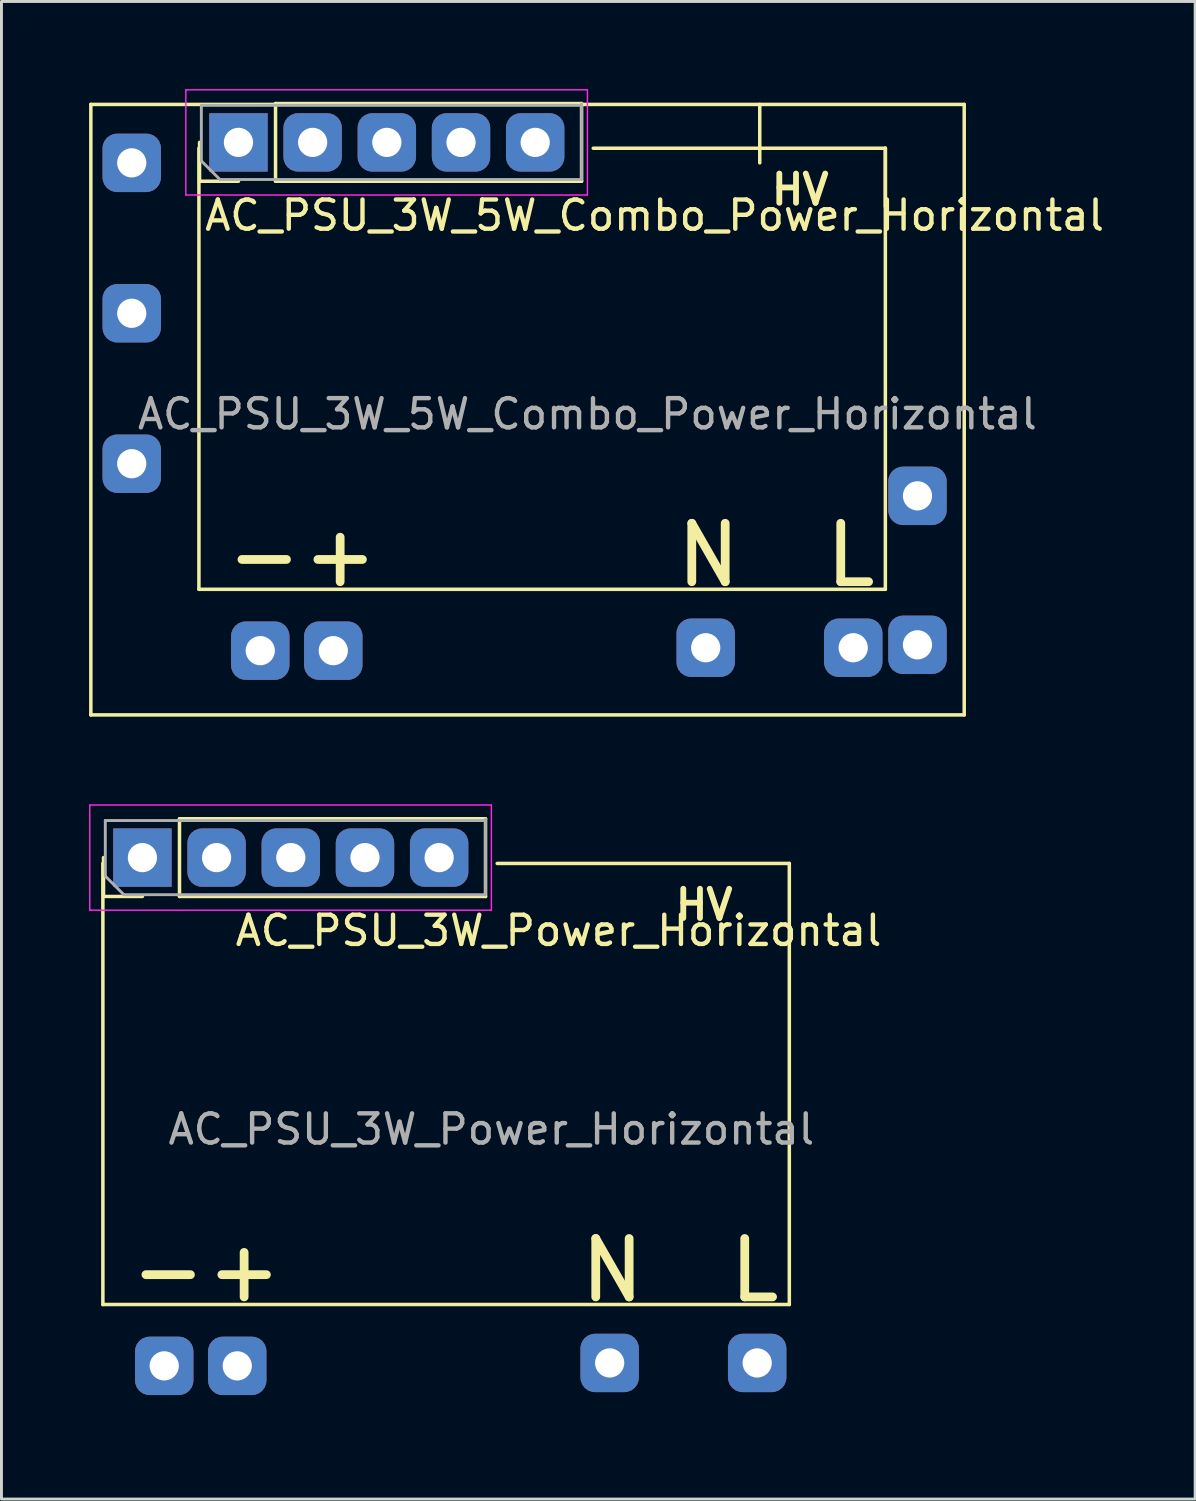
<source format=kicad_pcb>
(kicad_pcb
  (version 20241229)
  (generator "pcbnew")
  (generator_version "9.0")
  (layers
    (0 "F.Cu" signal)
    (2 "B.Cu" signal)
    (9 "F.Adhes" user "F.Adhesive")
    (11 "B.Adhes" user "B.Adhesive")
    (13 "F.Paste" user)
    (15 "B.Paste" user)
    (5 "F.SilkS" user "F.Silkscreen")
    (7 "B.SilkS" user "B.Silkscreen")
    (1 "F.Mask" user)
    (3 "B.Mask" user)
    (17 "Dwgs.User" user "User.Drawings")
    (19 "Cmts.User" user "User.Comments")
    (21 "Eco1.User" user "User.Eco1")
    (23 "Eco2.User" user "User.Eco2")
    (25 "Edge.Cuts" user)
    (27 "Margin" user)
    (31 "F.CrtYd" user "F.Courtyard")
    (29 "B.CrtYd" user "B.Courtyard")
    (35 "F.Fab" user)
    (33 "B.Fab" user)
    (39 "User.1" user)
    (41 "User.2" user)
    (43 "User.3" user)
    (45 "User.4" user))
  (footprint "AC_PSU_3W_Power_Horizontal"
    (layer "F.Cu")
    (at 0.472 41.61)
    (property "Reference" "AC_PSU_3W_Power_Horizontal" (at 15.6 -12.8 0) (unlocked yes) (layer "F.SilkS") (effects (font (size 1 1) (thickness 0.15))))
    (attr through_hole)
    (fp_line (start 0 0) (end 0 -15.1) (stroke (width 0.12) (type default)) (layer "F.SilkS"))
    (fp_line (start 0.022 -13.97) (end 0.022 -15.3) (stroke (width 0.12) (type solid)) (layer "F.SilkS"))
    (fp_line (start 1.353 -13.97) (end 0.022 -13.97) (stroke (width 0.12) (type solid)) (layer "F.SilkS"))
    (fp_line (start 2.623 -16.63) (end 13.1 -16.63) (stroke (width 0.12) (type solid)) (layer "F.SilkS"))
    (fp_line (start 2.623 -13.97) (end 2.623 -16.63) (stroke (width 0.12) (type solid)) (layer "F.SilkS"))
    (fp_line (start 2.623 -13.97) (end 13.1 -13.97) (stroke (width 0.12) (type solid)) (layer "F.SilkS"))
    (fp_line (start 13.1 -13.97) (end 13.1 -16.63) (stroke (width 0.12) (type solid)) (layer "F.SilkS"))
    (fp_line (start 13.5 -15.1) (end 23.5 -15.1) (stroke (width 0.12) (type default)) (layer "F.SilkS"))
    (fp_line (start 23.5 -15.1) (end 23.5 0) (stroke (width 0.12) (type default)) (layer "F.SilkS"))
    (fp_line (start 23.5 0) (end 0 0) (stroke (width 0.12) (type default)) (layer "F.SilkS"))
    (fp_line (start -0.448 -17.1) (end -0.448 -13.5) (stroke (width 0.05) (type solid)) (layer "F.CrtYd"))
    (fp_line (start -0.448 -13.5) (end 13.3 -13.5) (stroke (width 0.05) (type solid)) (layer "F.CrtYd"))
    (fp_line (start 13.3 -17.1) (end -0.448 -17.1) (stroke (width 0.05) (type solid)) (layer "F.CrtYd"))
    (fp_line (start 13.3 -13.5) (end 13.3 -17.1) (stroke (width 0.05) (type solid)) (layer "F.CrtYd"))
    (fp_line (start 0.083 -16.57) (end 13.1 -16.57) (stroke (width 0.1) (type solid)) (layer "F.Fab"))
    (fp_line (start 0.083 -14.665) (end 0.083 -16.57) (stroke (width 0.1) (type solid)) (layer "F.Fab"))
    (fp_line (start 0.718 -14.03) (end 0.083 -14.665) (stroke (width 0.1) (type solid)) (layer "F.Fab"))
    (fp_line (start 13.1 -16.617) (end 13.1 -14.078) (stroke (width 0.1) (type solid)) (layer "F.Fab"))
    (fp_line (start 13.1 -14.03) (end 0.718 -14.03) (stroke (width 0.1) (type solid)) (layer "F.Fab"))
    (fp_line (start 1.05 0) (end 1.05 3) (stroke (width 0.12) (type default)) (layer "User.1"))
    (fp_line (start 2.1 0) (end 2.1 3) (stroke (width 0.12) (type default)) (layer "User.1"))
    (fp_line (start 2.1 3) (end 4.6 3) (stroke (width 0.12) (type default)) (layer "User.1"))
    (fp_line (start 4.6 3) (end 4.6 0) (stroke (width 0.12) (type default)) (layer "User.1"))
    (fp_line (start 5.65 0) (end 5.65 3) (stroke (width 0.12) (type default)) (layer "User.1"))
    (fp_line (start 15.8 0) (end 15.8 3.6) (stroke (width 0.12) (type default)) (layer "User.1"))
    (fp_line (start 15.8 3.6) (end 19 3.6) (stroke (width 0.12) (type default)) (layer "User.1"))
    (fp_line (start 19 3.6) (end 19 0) (stroke (width 0.12) (type default)) (layer "User.1"))
    (fp_line (start 20.5 0) (end 20.5 3.6) (stroke (width 0.12) (type default)) (layer "User.1"))
    (fp_line (start 20.5 3.6) (end 23.5 3.6) (stroke (width 0.12) (type default)) (layer "User.1"))
    (fp_line (start 23.5 3.6) (end 23.5 0) (stroke (width 0.12) (type default)) (layer "User.1"))
    (fp_text user "L" (at 21.3 0 0) (unlocked yes) (layer "F.SilkS") (effects (font (size 2 2) (thickness 0.3)) (justify left bottom)))
    (fp_text user "HV" (at 19.5 -13.1 0) (unlocked yes) (layer "F.SilkS") (effects (font (size 1 1) (thickness 0.2) (bold yes)) (justify left bottom)))
    (fp_text user "-" (at 0.8 0 0) (unlocked yes) (layer "F.SilkS") (effects (font (size 2 2) (thickness 0.3)) (justify left bottom)))
    (fp_text user "+" (at 3.4 0 0) (unlocked yes) (layer "F.SilkS") (effects (font (size 2 2) (thickness 0.3)) (justify left bottom)))
    (fp_text user "N" (at 16.2 0 0) (unlocked yes) (layer "F.SilkS") (effects (font (size 2 2) (thickness 0.3)) (justify left bottom)))
    (fp_text user "${REFERENCE}" (at 13.3 -6 0) (unlocked yes) (layer "F.Fab") (effects (font (size 1 1) (thickness 0.15))))
    (pad "1" thru_hole roundrect (at 22.4 2) (size 2 2) (drill 1) (layers "*.Cu" "*.Mask") (roundrect_rratio 0.25))
    (pad "2" thru_hole roundrect (at 17.35 2) (size 2 2) (drill 1) (layers "*.Cu" "*.Mask") (roundrect_rratio 0.25))
    (pad "3" thru_hole roundrect (at 4.6 2.1) (size 2 2) (drill 1) (layers "*.Cu" "*.Mask") (roundrect_rratio 0.25))
    (pad "4" thru_hole roundrect (at 2.1 2.1) (size 2 2) (drill 1) (layers "*.Cu" "*.Mask") (roundrect_rratio 0.25))
    (pad "5" thru_hole rect (at 1.353 -15.3 90) (size 2 2) (drill 1) (layers "*.Cu" "*.Mask"))
    (pad "5" thru_hole roundrect (at 3.893 -15.3 90) (size 2 2) (drill 1) (layers "*.Cu" "*.Mask") (roundrect_rratio 0.25))
    (pad "5" thru_hole roundrect (at 6.433 -15.3 90) (size 2 2) (drill 1) (layers "*.Cu" "*.Mask") (roundrect_rratio 0.25))
    (pad "5" thru_hole roundrect (at 8.973 -15.3 90) (size 2 2) (drill 1) (layers "*.Cu" "*.Mask") (roundrect_rratio 0.25))
    (pad "5" thru_hole roundrect (at 11.512 -15.3 90) (size 2 2) (drill 1) (layers "*.Cu" "*.Mask") (roundrect_rratio 0.25))
    (zone (net_name "") (layers "F.Cu" "User.1") (hatch edge 0.5) (connect_pads) (min_thickness 0.25) (filled_areas_thickness no) (keepout (tracks not_allowed) (vias not_allowed) (pads not_allowed) (copperpour not_allowed) (footprints not_allowed)) (placement (enabled no)) (fill) (polygon (pts (xy 6.473 39.11) (xy 6.473 41.21) (xy 13.373 41.21) (xy 15.973 41.21) (xy 15.973 39.11))))
    (zone (net_name "") (layers "F.Cu" "User.1") (hatch edge 0.5) (connect_pads) (min_thickness 0.25) (filled_areas_thickness no) (keepout (tracks not_allowed) (vias not_allowed) (pads not_allowed) (copperpour not_allowed) (footprints not_allowed)) (placement (enabled no)) (fill) (polygon (pts (xy 18.872 26.71) (xy 18.872 28.81) (xy 23.273 28.81) (xy 23.473 28.61) (xy 23.473 26.71)))))
  (footprint "AC_PSU_3W_5W_Combo_Power_Horizontal"
    (layer "F.Cu")
    (at 3.76 17.125)
    (property "Reference" "AC_PSU_3W_5W_Combo_Power_Horizontal" (at 15.6 -12.8 0) (unlocked yes) (layer "F.SilkS") (effects (font (size 1 1) (thickness 0.15))))
    (attr through_hole)
    (fp_line (start -3.7 -16.6) (end 26.2 -16.6) (stroke (width 0.12) (type default)) (layer "F.SilkS"))
    (fp_line (start -3.7 4.3) (end -3.7 -16.6) (stroke (width 0.12) (type default)) (layer "F.SilkS"))
    (fp_line (start 0 0) (end 0 -15.1) (stroke (width 0.12) (type default)) (layer "F.SilkS"))
    (fp_line (start 0.022 -13.97) (end 0.022 -15.3) (stroke (width 0.12) (type solid)) (layer "F.SilkS"))
    (fp_line (start 1.353 -13.97) (end 0.022 -13.97) (stroke (width 0.12) (type solid)) (layer "F.SilkS"))
    (fp_line (start 2.623 -16.63) (end 13.1 -16.63) (stroke (width 0.12) (type solid)) (layer "F.SilkS"))
    (fp_line (start 2.623 -13.97) (end 2.623 -16.63) (stroke (width 0.12) (type solid)) (layer "F.SilkS"))
    (fp_line (start 2.623 -13.97) (end 13.1 -13.97) (stroke (width 0.12) (type solid)) (layer "F.SilkS"))
    (fp_line (start 13.1 -13.97) (end 13.1 -16.63) (stroke (width 0.12) (type solid)) (layer "F.SilkS"))
    (fp_line (start 13.5 -15.1) (end 23.5 -15.1) (stroke (width 0.12) (type default)) (layer "F.SilkS"))
    (fp_line (start 19.2 -16.6) (end 19.2 -14.6) (stroke (width 0.12) (type default)) (layer "F.SilkS"))
    (fp_line (start 23.5 -15.1) (end 23.5 -13.1) (stroke (width 0.12) (type default)) (layer "F.SilkS"))
    (fp_line (start 23.5 -15.1) (end 23.5 0) (stroke (width 0.12) (type default)) (layer "F.SilkS"))
    (fp_line (start 23.5 0) (end 0 0) (stroke (width 0.12) (type default)) (layer "F.SilkS"))
    (fp_line (start 26.2 -16.6) (end 26.2 4.3) (stroke (width 0.12) (type default)) (layer "F.SilkS"))
    (fp_line (start 26.2 4.3) (end -3.7 4.3) (stroke (width 0.12) (type default)) (layer "F.SilkS"))
    (fp_line (start -0.448 -17.1) (end -0.448 -13.5) (stroke (width 0.05) (type solid)) (layer "F.CrtYd"))
    (fp_line (start -0.448 -13.5) (end 13.3 -13.5) (stroke (width 0.05) (type solid)) (layer "F.CrtYd"))
    (fp_line (start 13.3 -17.1) (end -0.448 -17.1) (stroke (width 0.05) (type solid)) (layer "F.CrtYd"))
    (fp_line (start 13.3 -13.5) (end 13.3 -17.1) (stroke (width 0.05) (type solid)) (layer "F.CrtYd"))
    (fp_line (start 0.083 -16.57) (end 13.1 -16.57) (stroke (width 0.1) (type solid)) (layer "F.Fab"))
    (fp_line (start 0.083 -14.665) (end 0.083 -16.57) (stroke (width 0.1) (type solid)) (layer "F.Fab"))
    (fp_line (start 0.718 -14.03) (end 0.083 -14.665) (stroke (width 0.1) (type solid)) (layer "F.Fab"))
    (fp_line (start 13.1 -16.617) (end 13.1 -14.078) (stroke (width 0.1) (type solid)) (layer "F.Fab"))
    (fp_line (start 13.1 -14.03) (end 0.718 -14.03) (stroke (width 0.1) (type solid)) (layer "F.Fab"))
    (fp_line (start 1.05 0) (end 1.05 3) (stroke (width 0.12) (type default)) (layer "User.1"))
    (fp_line (start 2.1 0) (end 2.1 3) (stroke (width 0.12) (type default)) (layer "User.1"))
    (fp_line (start 2.1 3) (end 4.6 3) (stroke (width 0.12) (type default)) (layer "User.1"))
    (fp_line (start 4.6 3) (end 4.6 0) (stroke (width 0.12) (type default)) (layer "User.1"))
    (fp_line (start 5.65 0) (end 5.65 3) (stroke (width 0.12) (type default)) (layer "User.1"))
    (fp_line (start 15.8 0) (end 15.8 3.6) (stroke (width 0.12) (type default)) (layer "User.1"))
    (fp_line (start 15.8 3.6) (end 19 3.6) (stroke (width 0.12) (type default)) (layer "User.1"))
    (fp_line (start 19 3.6) (end 19 0) (stroke (width 0.12) (type default)) (layer "User.1"))
    (fp_line (start 20.5 0) (end 20.5 3.6) (stroke (width 0.12) (type default)) (layer "User.1"))
    (fp_line (start 20.5 3.6) (end 23.5 3.6) (stroke (width 0.12) (type default)) (layer "User.1"))
    (fp_line (start 23.5 3.6) (end 23.5 0) (stroke (width 0.12) (type default)) (layer "User.1"))
    (fp_text user "-" (at 0.8 0 0) (unlocked yes) (layer "F.SilkS") (effects (font (size 2 2) (thickness 0.3)) (justify left bottom)))
    (fp_text user "L" (at 21.3 0 0) (unlocked yes) (layer "F.SilkS") (effects (font (size 2 2) (thickness 0.3)) (justify left bottom)))
    (fp_text user "HV" (at 19.5 -13.1 0) (unlocked yes) (layer "F.SilkS") (effects (font (size 1 1) (thickness 0.2) (bold yes)) (justify left bottom)))
    (fp_text user "N" (at 16.2 0 0) (unlocked yes) (layer "F.SilkS") (effects (font (size 2 2) (thickness 0.3)) (justify left bottom)))
    (fp_text user "+" (at 3.4 0 0) (unlocked yes) (layer "F.SilkS") (effects (font (size 2 2) (thickness 0.3)) (justify left bottom)))
    (fp_text user "${REFERENCE}" (at 13.3 -6 0) (unlocked yes) (layer "F.Fab") (effects (font (size 1 1) (thickness 0.15))))
    (pad "1" thru_hole roundrect (at 22.4 2) (size 2 2) (drill 1) (layers "*.Cu" "*.Mask") (roundrect_rratio 0.25))
    (pad "1" thru_hole roundrect (at 24.6 1.9 270) (size 2 2) (drill 1) (layers "*.Cu" "*.Mask") (roundrect_rratio 0.25))
    (pad "2" thru_hole roundrect (at 17.35 2) (size 2 2) (drill 1) (layers "*.Cu" "*.Mask") (roundrect_rratio 0.25))
    (pad "2" thru_hole roundrect (at 24.6 -3.2 270) (size 2 2) (drill 1) (layers "*.Cu" "*.Mask") (roundrect_rratio 0.25))
    (pad "3" thru_hole roundrect (at -2.3 -14.6 90) (size 2 2) (drill 1) (layers "*.Cu" "*.Mask") (roundrect_rratio 0.25))
    (pad "3" thru_hole roundrect (at 4.6 2.1) (size 2 2) (drill 1) (layers "*.Cu" "*.Mask") (roundrect_rratio 0.25))
    (pad "4" thru_hole roundrect (at -2.3 -4.3 90) (size 2 2) (drill 1) (layers "*.Cu" "*.Mask") (roundrect_rratio 0.25))
    (pad "4" thru_hole roundrect (at 2.1 2.1) (size 2 2) (drill 1) (layers "*.Cu" "*.Mask") (roundrect_rratio 0.25))
    (pad "5" thru_hole roundrect (at -2.3 -9.45 90) (size 2 2) (drill 1) (layers "*.Cu" "*.Mask") (roundrect_rratio 0.25))
    (pad "5" thru_hole rect (at 1.353 -15.3 90) (size 2 2) (drill 1) (layers "*.Cu" "*.Mask"))
    (pad "5" thru_hole roundrect (at 3.893 -15.3 90) (size 2 2) (drill 1) (layers "*.Cu" "*.Mask") (roundrect_rratio 0.25))
    (pad "5" thru_hole roundrect (at 6.433 -15.3 90) (size 2 2) (drill 1) (layers "*.Cu" "*.Mask") (roundrect_rratio 0.25))
    (pad "5" thru_hole roundrect (at 8.973 -15.3 90) (size 2 2) (drill 1) (layers "*.Cu" "*.Mask") (roundrect_rratio 0.25))
    (pad "5" thru_hole roundrect (at 11.512 -15.3 90) (size 2 2) (drill 1) (layers "*.Cu" "*.Mask") (roundrect_rratio 0.25))
    (zone (net_name "") (layers "F.Cu" "User.1") (hatch edge 0.5) (connect_pads) (min_thickness 0.25) (filled_areas_thickness no) (keepout (tracks not_allowed) (vias not_allowed) (pads not_allowed) (copperpour not_allowed) (footprints not_allowed)) (placement (enabled no)) (fill) (polygon (pts (xy 9.76 14.625) (xy 9.76 16.725) (xy 16.66 16.725) (xy 19.26 16.725) (xy 19.26 14.625))))
    (zone (net_name "") (layers "F.Cu" "User.1") (hatch edge 0.5) (connect_pads) (min_thickness 0.25) (filled_areas_thickness no) (keepout (tracks not_allowed) (vias not_allowed) (pads not_allowed) (copperpour not_allowed) (footprints not_allowed)) (placement (enabled no)) (fill) (polygon (pts (xy 22.16 2.225) (xy 22.16 4.325) (xy 26.56 4.325) (xy 26.76 4.125) (xy 26.76 2.225)))))
  (gr_rect
    (start -3 -3)
    (end 37.866 48.27)
    (stroke (width 0.1) (type default))
    (fill no)
    (layer "Edge.Cuts")))
</source>
